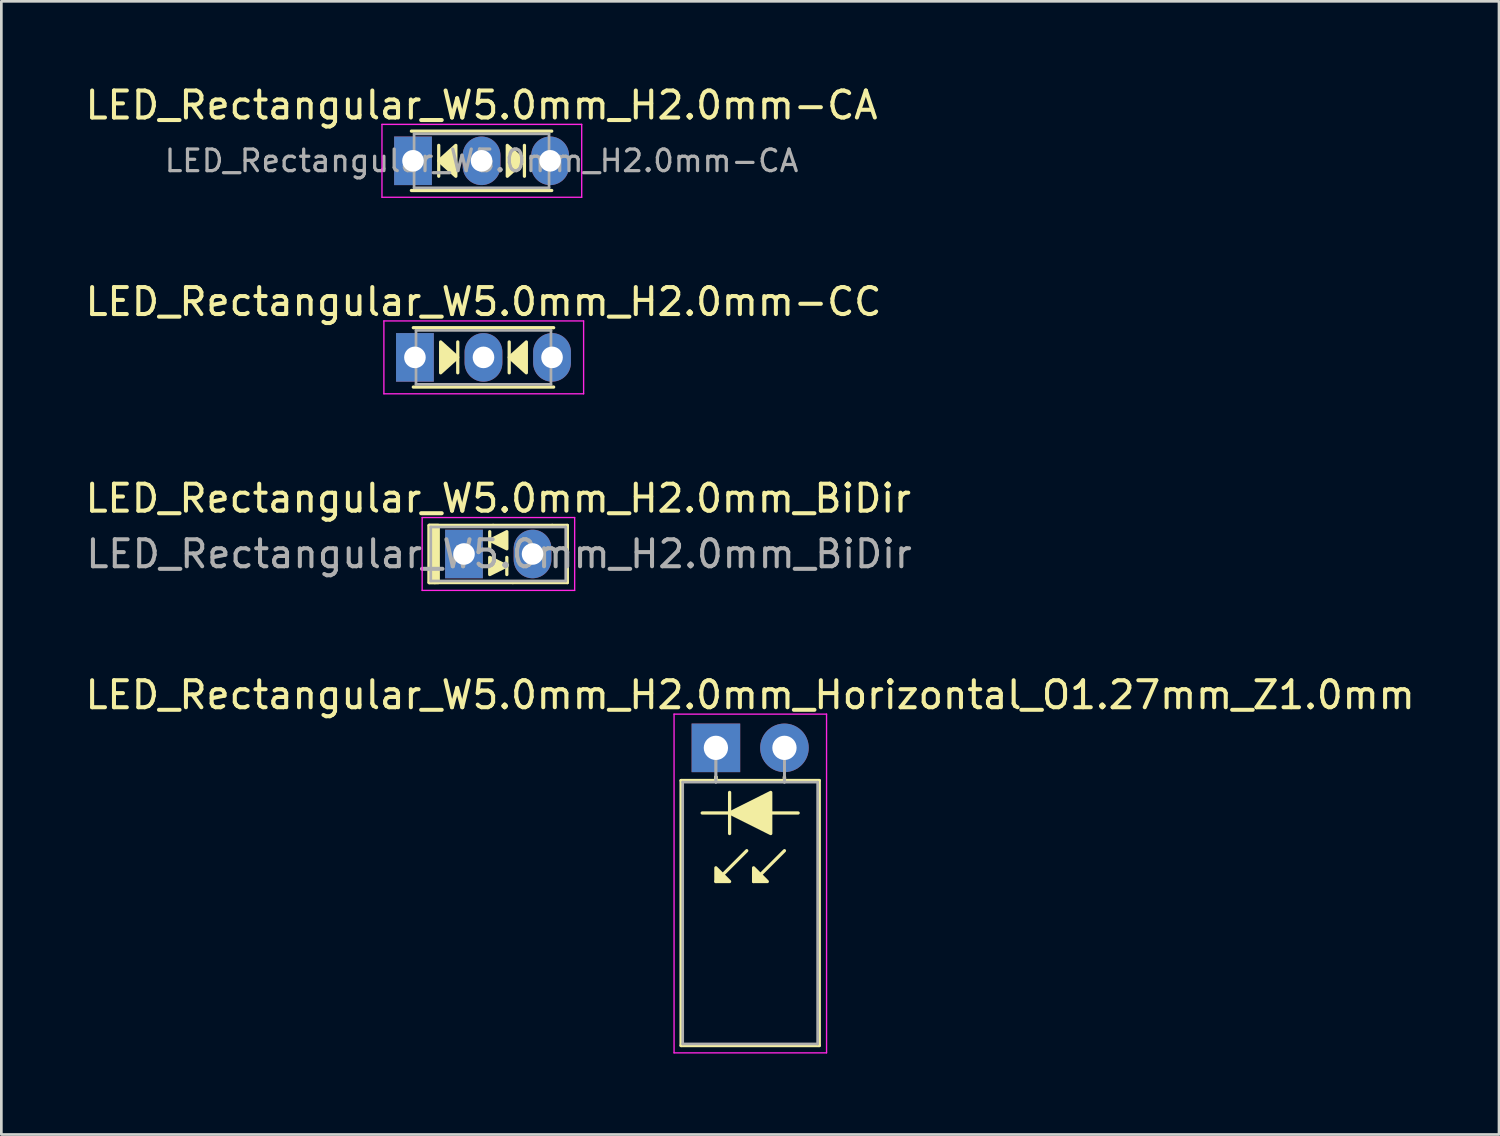
<source format=kicad_pcb>
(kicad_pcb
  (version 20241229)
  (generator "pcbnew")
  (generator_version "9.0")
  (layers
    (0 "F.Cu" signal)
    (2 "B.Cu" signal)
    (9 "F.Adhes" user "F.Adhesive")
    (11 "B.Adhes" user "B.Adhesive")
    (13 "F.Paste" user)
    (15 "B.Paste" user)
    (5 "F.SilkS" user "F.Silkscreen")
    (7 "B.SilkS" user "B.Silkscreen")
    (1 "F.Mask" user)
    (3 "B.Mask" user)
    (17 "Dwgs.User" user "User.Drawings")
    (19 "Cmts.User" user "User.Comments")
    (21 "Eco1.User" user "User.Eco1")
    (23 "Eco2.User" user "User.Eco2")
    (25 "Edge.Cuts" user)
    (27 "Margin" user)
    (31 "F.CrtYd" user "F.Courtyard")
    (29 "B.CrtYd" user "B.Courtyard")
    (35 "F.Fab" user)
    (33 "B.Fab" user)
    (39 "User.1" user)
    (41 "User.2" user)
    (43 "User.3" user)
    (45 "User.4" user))
  (footprint "LED_Rectangular_W5.0mm_H2.0mm_Horizontal_O1.27mm_Z1.0mm"
    (layer "F.Cu")
    (at 23.474 24.658)
    (property "Reference" "LED_Rectangular_W5.0mm_H2.0mm_Horizontal_O1.27mm_Z1.0mm" (at 1.27 -1.96 0) (layer "F.SilkS") (effects (font (size 1 1) (thickness 0.15))))
    (fp_line (start -1.29 1.21) (end -1.29 11.03) (stroke (width 0.12) (type solid)) (layer "F.SilkS"))
    (fp_line (start -1.29 11.03) (end 3.83 11.03) (stroke (width 0.12) (type solid)) (layer "F.SilkS"))
    (fp_line (start 0 1.08) (end 0 1.08) (stroke (width 0.12) (type solid)) (layer "F.SilkS"))
    (fp_line (start 0 1.08) (end 0 1.21) (stroke (width 0.12) (type solid)) (layer "F.SilkS"))
    (fp_line (start 0 1.21) (end 0 1.08) (stroke (width 0.12) (type solid)) (layer "F.SilkS"))
    (fp_line (start 0 1.21) (end 0 1.21) (stroke (width 0.12) (type solid)) (layer "F.SilkS"))
    (fp_line (start 0.508 1.651) (end 0.508 3.175) (stroke (width 0.12) (type solid)) (layer "F.SilkS"))
    (fp_line (start 0.508 2.413) (end -0.508 2.413) (stroke (width 0.12) (type solid)) (layer "F.SilkS"))
    (fp_line (start 1.143 3.81) (end 0 4.953) (stroke (width 0.12) (type solid)) (layer "F.SilkS"))
    (fp_line (start 2.54 1.08) (end 2.54 1.08) (stroke (width 0.12) (type solid)) (layer "F.SilkS"))
    (fp_line (start 2.54 1.08) (end 2.54 1.21) (stroke (width 0.12) (type solid)) (layer "F.SilkS"))
    (fp_line (start 2.54 1.21) (end 2.54 1.08) (stroke (width 0.12) (type solid)) (layer "F.SilkS"))
    (fp_line (start 2.54 1.21) (end 2.54 1.21) (stroke (width 0.12) (type solid)) (layer "F.SilkS"))
    (fp_line (start 2.54 3.81) (end 1.397 4.953) (stroke (width 0.12) (type solid)) (layer "F.SilkS"))
    (fp_line (start 3.048 2.413) (end 2.032 2.413) (stroke (width 0.12) (type solid)) (layer "F.SilkS"))
    (fp_line (start 3.83 1.21) (end -1.29 1.21) (stroke (width 0.12) (type solid)) (layer "F.SilkS"))
    (fp_line (start 3.83 11.03) (end 3.83 1.21) (stroke (width 0.12) (type solid)) (layer "F.SilkS"))
    (fp_poly (pts (xy 0 4.445) (xy 0.508 4.953) (xy 0 4.953)) (stroke (width 0.12) (type solid)) (fill yes) (layer "F.SilkS"))
    (fp_poly (pts (xy 1.397 4.445) (xy 1.905 4.953) (xy 1.397 4.953)) (stroke (width 0.12) (type solid)) (fill yes) (layer "F.SilkS"))
    (fp_poly (pts (xy 2.032 3.175) (xy 0.508 2.413) (xy 2.032 1.651)) (stroke (width 0.12) (type solid)) (fill yes) (layer "F.SilkS"))
    (fp_line (start -1.55 -1.25) (end -1.55 11.3) (stroke (width 0.05) (type solid)) (layer "F.CrtYd"))
    (fp_line (start -1.55 11.3) (end 4.1 11.3) (stroke (width 0.05) (type solid)) (layer "F.CrtYd"))
    (fp_line (start 4.1 -1.25) (end -1.55 -1.25) (stroke (width 0.05) (type solid)) (layer "F.CrtYd"))
    (fp_line (start 4.1 11.3) (end 4.1 -1.25) (stroke (width 0.05) (type solid)) (layer "F.CrtYd"))
    (fp_line (start -1.23 1.27) (end -1.23 10.97) (stroke (width 0.1) (type solid)) (layer "F.Fab"))
    (fp_line (start -1.23 10.97) (end 3.77 10.97) (stroke (width 0.1) (type solid)) (layer "F.Fab"))
    (fp_line (start 0 0) (end 0 0) (stroke (width 0.1) (type solid)) (layer "F.Fab"))
    (fp_line (start 0 0) (end 0 1.27) (stroke (width 0.1) (type solid)) (layer "F.Fab"))
    (fp_line (start 0 1.27) (end 0 0) (stroke (width 0.1) (type solid)) (layer "F.Fab"))
    (fp_line (start 0 1.27) (end 0 1.27) (stroke (width 0.1) (type solid)) (layer "F.Fab"))
    (fp_line (start 2.54 0) (end 2.54 0) (stroke (width 0.1) (type solid)) (layer "F.Fab"))
    (fp_line (start 2.54 0) (end 2.54 1.27) (stroke (width 0.1) (type solid)) (layer "F.Fab"))
    (fp_line (start 2.54 1.27) (end 2.54 0) (stroke (width 0.1) (type solid)) (layer "F.Fab"))
    (fp_line (start 2.54 1.27) (end 2.54 1.27) (stroke (width 0.1) (type solid)) (layer "F.Fab"))
    (fp_line (start 3.77 1.27) (end -1.23 1.27) (stroke (width 0.1) (type solid)) (layer "F.Fab"))
    (fp_line (start 3.77 10.97) (end 3.77 1.27) (stroke (width 0.1) (type solid)) (layer "F.Fab"))
    (pad "1" thru_hole rect (at 0 0) (size 1.8 1.8) (drill 0.9) (layers "*.Cu" "*.Mask"))
    (pad "2" thru_hole circle (at 2.54 0) (size 1.8 1.8) (drill 0.9) (layers "*.Cu" "*.Mask")))
  (footprint "LED_Rectangular_W5.0mm_H2.0mm-CC"
    (layer "F.Cu")
    (at 12.323 10.191)
    (property "Reference" "LED_Rectangular_W5.0mm_H2.0mm-CC" (at 2.54 -2.06 0) (layer "F.SilkS") (effects (font (size 1 1) (thickness 0.15))))
    (fp_line (start -0.06 -1.1) (end 5.14 -1.1) (stroke (width 0.12) (type solid)) (layer "F.SilkS"))
    (fp_line (start 1.587 0.572) (end 1.587 -0.572) (stroke (width 0.12) (type solid)) (layer "F.SilkS"))
    (fp_line (start 3.493 -0.572) (end 3.493 0.572) (stroke (width 0.12) (type solid)) (layer "F.SilkS"))
    (fp_line (start 5.14 1.1) (end -0.06 1.1) (stroke (width 0.12) (type solid)) (layer "F.SilkS"))
    (fp_poly (pts (xy 0.953 -0.572) (xy 1.587 0) (xy 0.953 0.572)) (stroke (width 0.12) (type solid)) (fill yes) (layer "F.SilkS"))
    (fp_poly (pts (xy 4.128 0.572) (xy 3.493 0) (xy 4.128 -0.572)) (stroke (width 0.12) (type solid)) (fill yes) (layer "F.SilkS"))
    (fp_line (start -1.15 -1.35) (end -1.15 1.35) (stroke (width 0.05) (type solid)) (layer "F.CrtYd"))
    (fp_line (start -1.15 1.35) (end 6.25 1.35) (stroke (width 0.05) (type solid)) (layer "F.CrtYd"))
    (fp_line (start 6.25 -1.35) (end -1.15 -1.35) (stroke (width 0.05) (type solid)) (layer "F.CrtYd"))
    (fp_line (start 6.25 1.35) (end 6.25 -1.35) (stroke (width 0.05) (type solid)) (layer "F.CrtYd"))
    (fp_line (start 0.04 -1) (end 0.04 1) (stroke (width 0.1) (type solid)) (layer "F.Fab"))
    (fp_line (start 0.04 1) (end 5.04 1) (stroke (width 0.1) (type solid)) (layer "F.Fab"))
    (fp_line (start 5.04 -1) (end 0.04 -1) (stroke (width 0.1) (type solid)) (layer "F.Fab"))
    (fp_line (start 5.04 1) (end 5.04 -1) (stroke (width 0.1) (type solid)) (layer "F.Fab"))
    (pad "1" thru_hole rect (at 0 0) (size 1.4 1.8) (drill 0.8) (layers "*.Cu" "*.Mask"))
    (pad "2" thru_hole oval (at 2.54 0) (size 1.4 1.8) (drill 0.8) (layers "*.Cu" "*.Mask"))
    (pad "3" thru_hole oval (at 5.08 0) (size 1.4 1.8) (drill 0.8) (layers "*.Cu" "*.Mask")))
  (footprint "LED_Rectangular_W5.0mm_H2.0mm-CA"
    (layer "F.Cu")
    (at 12.252 2.908)
    (property "Reference" "LED_Rectangular_W5.0mm_H2.0mm-CA" (at 2.54 -2.06 0) (layer "F.SilkS") (effects (font (size 1 1) (thickness 0.15))))
    (fp_line (start -0.06 -1.1) (end 5.14 -1.1) (stroke (width 0.12) (type solid)) (layer "F.SilkS"))
    (fp_line (start 0.953 -0.572) (end 0.953 0.572) (stroke (width 0.12) (type solid)) (layer "F.SilkS"))
    (fp_line (start 4.128 0.572) (end 4.128 -0.572) (stroke (width 0.12) (type solid)) (layer "F.SilkS"))
    (fp_line (start 5.14 1.1) (end -0.06 1.1) (stroke (width 0.12) (type solid)) (layer "F.SilkS"))
    (fp_poly (pts (xy 1.587 0.572) (xy 0.953 0) (xy 1.587 -0.572)) (stroke (width 0.12) (type solid)) (fill yes) (layer "F.SilkS"))
    (fp_poly (pts (xy 3.493 -0.572) (xy 4.128 0) (xy 3.493 0.572)) (stroke (width 0.12) (type solid)) (fill yes) (layer "F.SilkS"))
    (fp_line (start -1.15 -1.35) (end -1.15 1.35) (stroke (width 0.05) (type solid)) (layer "F.CrtYd"))
    (fp_line (start -1.15 1.35) (end 6.25 1.35) (stroke (width 0.05) (type solid)) (layer "F.CrtYd"))
    (fp_line (start 6.25 -1.35) (end -1.15 -1.35) (stroke (width 0.05) (type solid)) (layer "F.CrtYd"))
    (fp_line (start 6.25 1.35) (end 6.25 -1.35) (stroke (width 0.05) (type solid)) (layer "F.CrtYd"))
    (fp_line (start 0.04 -1) (end 0.04 1) (stroke (width 0.1) (type solid)) (layer "F.Fab"))
    (fp_line (start 0.04 1) (end 5.04 1) (stroke (width 0.1) (type solid)) (layer "F.Fab"))
    (fp_line (start 5.04 -1) (end 0.04 -1) (stroke (width 0.1) (type solid)) (layer "F.Fab"))
    (fp_line (start 5.04 1) (end 5.04 -1) (stroke (width 0.1) (type solid)) (layer "F.Fab"))
    (fp_text user "${REFERENCE}" (at 2.54 0 0) (layer "F.Fab") (effects (font (size 0.8 0.8) (thickness 0.12))))
    (pad "1" thru_hole rect (at 0 0) (size 1.4 1.8) (drill 0.8) (layers "*.Cu" "*.Mask"))
    (pad "2" thru_hole oval (at 2.54 0) (size 1.4 1.8) (drill 0.8) (layers "*.Cu" "*.Mask"))
    (pad "3" thru_hole oval (at 5.08 0) (size 1.4 1.8) (drill 0.8) (layers "*.Cu" "*.Mask")))
  (footprint "LED_Rectangular_W5.0mm_H2.0mm_BiDir"
    (layer "F.Cu")
    (at 14.141 17.475)
    (property "Reference" "LED_Rectangular_W5.0mm_H2.0mm_BiDir" (at 1.27 -2.06 0) (layer "F.SilkS") (effects (font (size 1 1) (thickness 0.15))))
    (fp_line (start -1.29 -1.06) (end -1.29 1.06) (stroke (width 0.12) (type solid)) (layer "F.SilkS"))
    (fp_line (start -1.29 -1.06) (end 1.08 -1.06) (stroke (width 0.12) (type solid)) (layer "F.SilkS"))
    (fp_line (start -1.29 1.06) (end -1.08 1.06) (stroke (width 0.12) (type solid)) (layer "F.SilkS"))
    (fp_line (start -1.08 1.06) (end 1.811 1.06) (stroke (width 0.12) (type solid)) (layer "F.SilkS"))
    (fp_line (start 0.953 -0.826) (end 0.953 -0.191) (stroke (width 0.12) (type solid)) (layer "F.SilkS"))
    (fp_line (start 1.08 -1.06) (end 3.27 -1.06) (stroke (width 0.12) (type solid)) (layer "F.SilkS"))
    (fp_line (start 1.587 0.762) (end 1.587 0.127) (stroke (width 0.12) (type solid)) (layer "F.SilkS"))
    (fp_line (start 1.811 1.06) (end 3.83 1.06) (stroke (width 0.12) (type solid)) (layer "F.SilkS"))
    (fp_line (start 3.27 -1.06) (end 3.83 -1.06) (stroke (width 0.12) (type solid)) (layer "F.SilkS"))
    (fp_line (start 3.83 -1.06) (end 3.83 1.06) (stroke (width 0.12) (type solid)) (layer "F.SilkS"))
    (fp_rect (start -1.29 -1.06) (end -0.953 1.06) (stroke (width 0.12) (type solid)) (fill yes) (layer "F.SilkS"))
    (fp_poly (pts (xy 0.953 0.127) (xy 1.587 0.445) (xy 0.953 0.762)) (stroke (width 0.12) (type solid)) (fill yes) (layer "F.SilkS"))
    (fp_poly (pts (xy 1.587 -0.191) (xy 0.953 -0.508) (xy 1.587 -0.826)) (stroke (width 0.12) (type solid)) (fill yes) (layer "F.SilkS"))
    (fp_line (start -1.55 -1.35) (end -1.55 1.35) (stroke (width 0.05) (type solid)) (layer "F.CrtYd"))
    (fp_line (start -1.55 1.35) (end 4.1 1.35) (stroke (width 0.05) (type solid)) (layer "F.CrtYd"))
    (fp_line (start 4.1 -1.35) (end -1.55 -1.35) (stroke (width 0.05) (type solid)) (layer "F.CrtYd"))
    (fp_line (start 4.1 1.35) (end 4.1 -1.35) (stroke (width 0.05) (type solid)) (layer "F.CrtYd"))
    (fp_line (start -1.23 -1) (end -1.23 1) (stroke (width 0.1) (type solid)) (layer "F.Fab"))
    (fp_line (start -1.23 1) (end 3.77 1) (stroke (width 0.1) (type solid)) (layer "F.Fab"))
    (fp_line (start 3.77 -1) (end -1.23 -1) (stroke (width 0.1) (type solid)) (layer "F.Fab"))
    (fp_line (start 3.77 1) (end 3.77 -1) (stroke (width 0.1) (type solid)) (layer "F.Fab"))
    (fp_text user "${REFERENCE}" (at 1.3 0 0) (layer "F.Fab") (effects (font (size 1 1) (thickness 0.15))))
    (pad "1" thru_hole rect (at 0 0) (size 1.4 1.8) (drill 0.8) (layers "*.Cu" "*.Mask"))
    (pad "2" thru_hole oval (at 2.54 0) (size 1.4 1.8) (drill 0.8) (layers "*.Cu" "*.Mask")))
  (gr_rect
    (start -3 -3)
    (end 52.488 38.983)
    (stroke (width 0.1) (type default))
    (fill no)
    (layer "Edge.Cuts")))
</source>
